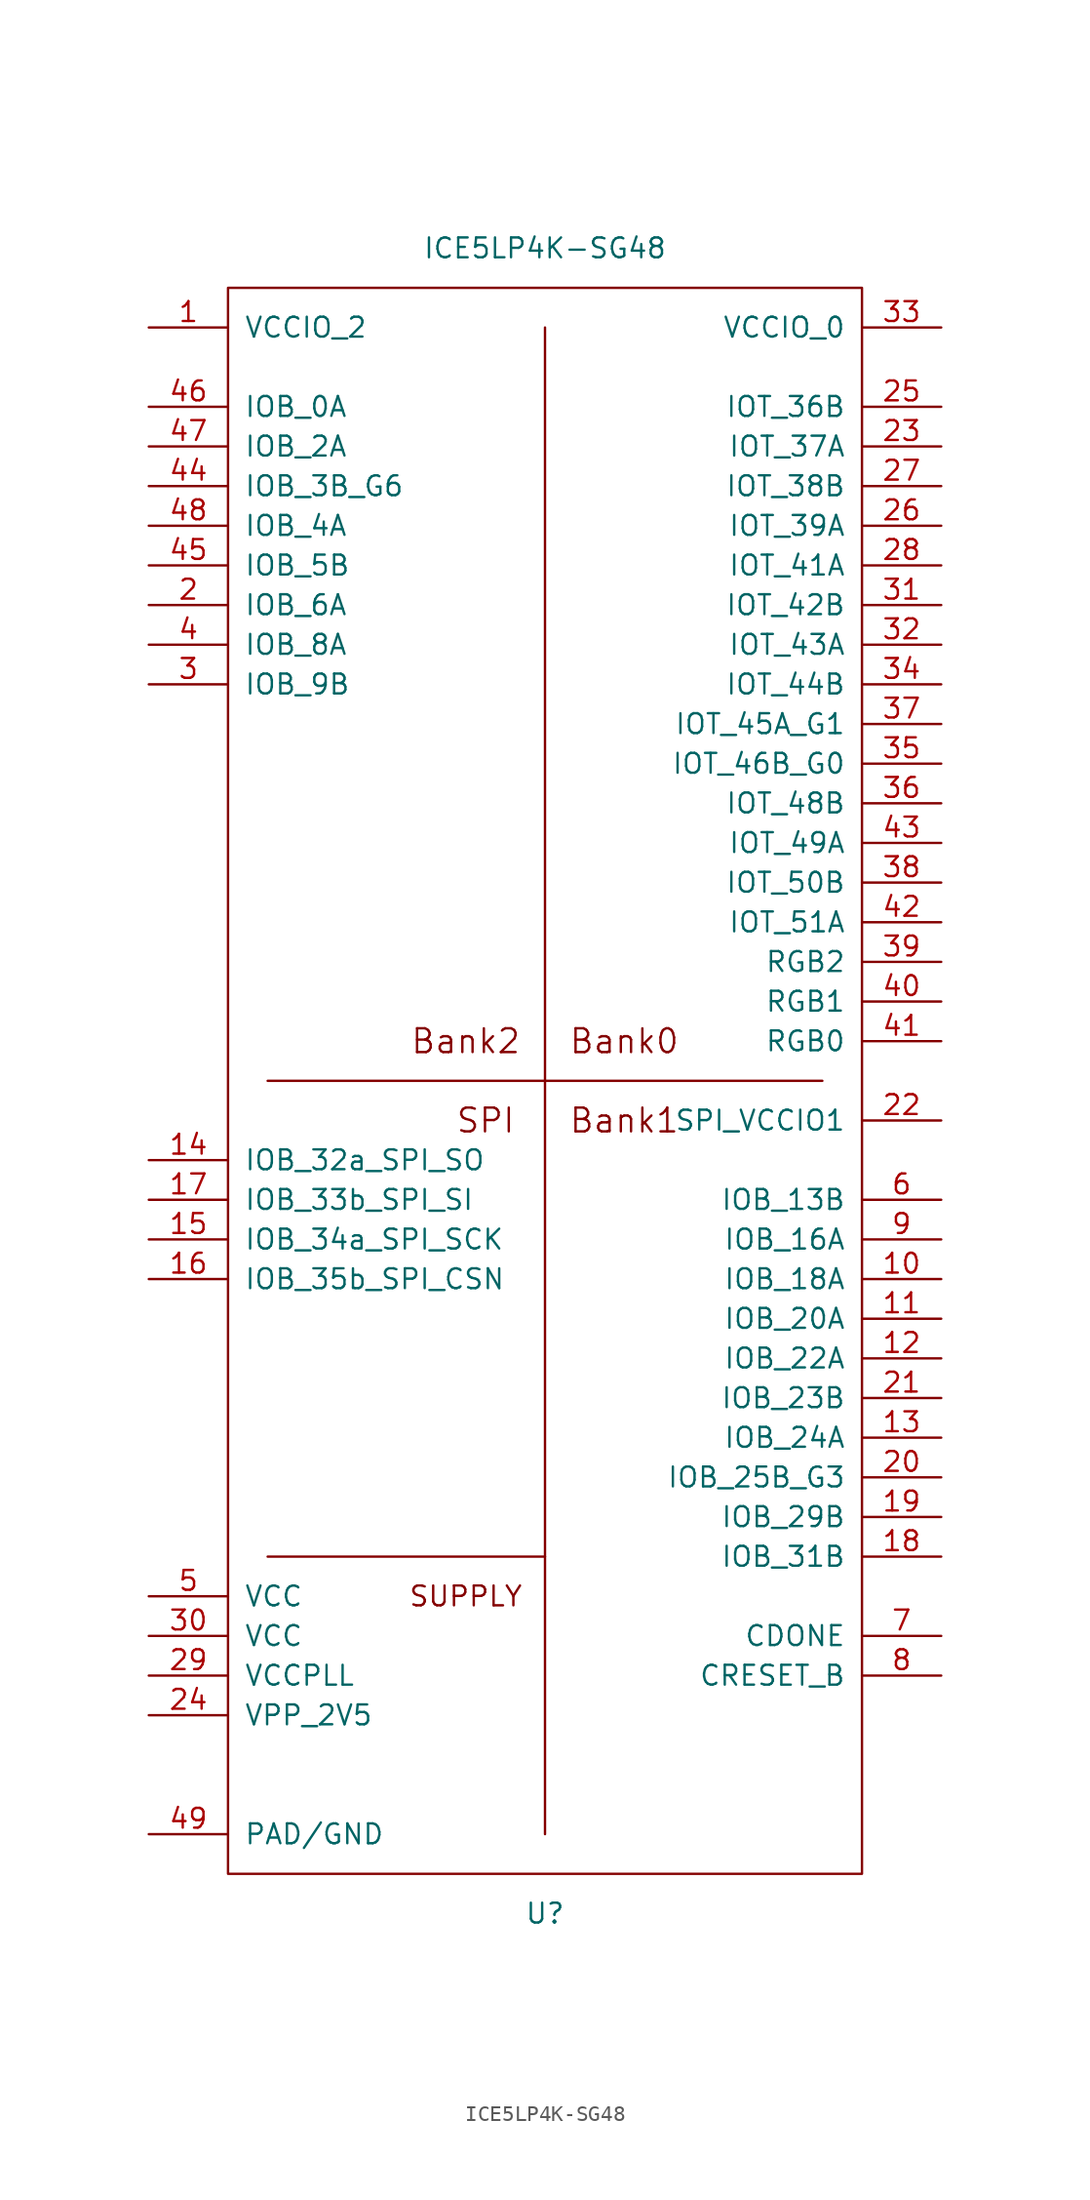
<source format=kicad_sym>
(kicad_symbol_lib
  (version 20201005)
  (generator kicad_symbol_editor)
  (symbol "pkl_lattice:ICE5LP4K-SG48"
    (pin_names
      (offset 1.016))
    (property "Reference" "U"
      (at 0 -53.34 0)
      (effects (font (size 1.27 1.27))))
    (property "Value" "ICE5LP4K-SG48"
      (at 0 53.34 0)
      (effects (font (size 1.27 1.27))))
    (symbol "ICE5LP4K-SG48_0_0"
      (text "SUPPLY" (at -5.08 -33.02 0) (effects (font (size 1.27 1.27)))))
    (symbol "ICE5LP4K-SG48_1_0"
      (text "Bank0" (at 5.08 2.54 0) (effects (font (size 1.524 1.524))))
      (text "Bank1" (at 5.08 -2.54 0) (effects (font (size 1.524 1.524))))
      (text "Bank2" (at -5.08 2.54 0) (effects (font (size 1.524 1.524))))
      (text "SPI" (at -3.81 -2.54 0) (effects (font (size 1.524 1.524)))))
    (symbol "ICE5LP4K-SG48_1_1"
      (rectangle (start -20.32 50.8) (end 20.32 -50.8) (stroke (width 0)) (fill (type none)))
      (polyline (pts (xy -17.78 -30.48) (xy 0 -30.48)) (stroke (width 0)) (fill (type none)))
      (polyline (pts (xy -17.78 0) (xy 17.78 0)) (stroke (width 0)) (fill (type none)))
      (polyline (pts (xy 0 48.26) (xy 0 -48.26)) (stroke (width 0)) (fill (type none)))
      (pin passive line (at -25.4 48.26 0) (length 5.08) (name "VCCIO_2" (effects (font (size 1.27 1.27)))) (number "1" (effects (font (size 1.27 1.27)))))
      (pin passive line (at 25.4 -12.7 180) (length 5.08) (name "IOB_18A" (effects (font (size 1.27 1.27)))) (number "10" (effects (font (size 1.27 1.27)))))
      (pin passive line (at 25.4 -15.24 180) (length 5.08) (name "IOB_20A" (effects (font (size 1.27 1.27)))) (number "11" (effects (font (size 1.27 1.27)))))
      (pin passive line (at 25.4 -17.78 180) (length 5.08) (name "IOB_22A" (effects (font (size 1.27 1.27)))) (number "12" (effects (font (size 1.27 1.27)))))
      (pin passive line (at 25.4 -22.86 180) (length 5.08) (name "IOB_24A" (effects (font (size 1.27 1.27)))) (number "13" (effects (font (size 1.27 1.27)))))
      (pin passive line (at -25.4 -5.08 0) (length 5.08) (name "IOB_32a_SPI_SO" (effects (font (size 1.27 1.27)))) (number "14" (effects (font (size 1.27 1.27)))))
      (pin passive line (at -25.4 -10.16 0) (length 5.08) (name "IOB_34a_SPI_SCK" (effects (font (size 1.27 1.27)))) (number "15" (effects (font (size 1.27 1.27)))))
      (pin passive line (at -25.4 -12.7 0) (length 5.08) (name "IOB_35b_SPI_CSN" (effects (font (size 1.27 1.27)))) (number "16" (effects (font (size 1.27 1.27)))))
      (pin passive line (at -25.4 -7.62 0) (length 5.08) (name "IOB_33b_SPI_SI" (effects (font (size 1.27 1.27)))) (number "17" (effects (font (size 1.27 1.27)))))
      (pin passive line (at 25.4 -30.48 180) (length 5.08) (name "IOB_31B" (effects (font (size 1.27 1.27)))) (number "18" (effects (font (size 1.27 1.27)))))
      (pin passive line (at 25.4 -27.94 180) (length 5.08) (name "IOB_29B" (effects (font (size 1.27 1.27)))) (number "19" (effects (font (size 1.27 1.27)))))
      (pin passive line (at -25.4 30.48 0) (length 5.08) (name "IOB_6A" (effects (font (size 1.27 1.27)))) (number "2" (effects (font (size 1.27 1.27)))))
      (pin passive line (at 25.4 -25.4 180) (length 5.08) (name "IOB_25B_G3" (effects (font (size 1.27 1.27)))) (number "20" (effects (font (size 1.27 1.27)))))
      (pin passive line (at 25.4 -20.32 180) (length 5.08) (name "IOB_23B" (effects (font (size 1.27 1.27)))) (number "21" (effects (font (size 1.27 1.27)))))
      (pin passive line (at 25.4 -2.54 180) (length 5.08) (name "SPI_VCCIO1" (effects (font (size 1.27 1.27)))) (number "22" (effects (font (size 1.27 1.27)))))
      (pin passive line (at 25.4 40.64 180) (length 5.08) (name "IOT_37A" (effects (font (size 1.27 1.27)))) (number "23" (effects (font (size 1.27 1.27)))))
      (pin passive line (at -25.4 -40.64 0) (length 5.08) (name "VPP_2V5" (effects (font (size 1.27 1.27)))) (number "24" (effects (font (size 1.27 1.27)))))
      (pin passive line (at 25.4 43.18 180) (length 5.08) (name "IOT_36B" (effects (font (size 1.27 1.27)))) (number "25" (effects (font (size 1.27 1.27)))))
      (pin passive line (at 25.4 35.56 180) (length 5.08) (name "IOT_39A" (effects (font (size 1.27 1.27)))) (number "26" (effects (font (size 1.27 1.27)))))
      (pin passive line (at 25.4 38.1 180) (length 5.08) (name "IOT_38B" (effects (font (size 1.27 1.27)))) (number "27" (effects (font (size 1.27 1.27)))))
      (pin passive line (at 25.4 33.02 180) (length 5.08) (name "IOT_41A" (effects (font (size 1.27 1.27)))) (number "28" (effects (font (size 1.27 1.27)))))
      (pin passive line (at -25.4 -38.1 0) (length 5.08) (name "VCCPLL" (effects (font (size 1.27 1.27)))) (number "29" (effects (font (size 1.27 1.27)))))
      (pin passive line (at -25.4 25.4 0) (length 5.08) (name "IOB_9B" (effects (font (size 1.27 1.27)))) (number "3" (effects (font (size 1.27 1.27)))))
      (pin passive line (at -25.4 -35.56 0) (length 5.08) (name "VCC" (effects (font (size 1.27 1.27)))) (number "30" (effects (font (size 1.27 1.27)))))
      (pin passive line (at 25.4 30.48 180) (length 5.08) (name "IOT_42B" (effects (font (size 1.27 1.27)))) (number "31" (effects (font (size 1.27 1.27)))))
      (pin passive line (at 25.4 27.94 180) (length 5.08) (name "IOT_43A" (effects (font (size 1.27 1.27)))) (number "32" (effects (font (size 1.27 1.27)))))
      (pin passive line (at 25.4 48.26 180) (length 5.08) (name "VCCIO_0" (effects (font (size 1.27 1.27)))) (number "33" (effects (font (size 1.27 1.27)))))
      (pin passive line (at 25.4 25.4 180) (length 5.08) (name "IOT_44B" (effects (font (size 1.27 1.27)))) (number "34" (effects (font (size 1.27 1.27)))))
      (pin passive line (at 25.4 20.32 180) (length 5.08) (name "IOT_46B_G0" (effects (font (size 1.27 1.27)))) (number "35" (effects (font (size 1.27 1.27)))))
      (pin passive line (at 25.4 17.78 180) (length 5.08) (name "IOT_48B" (effects (font (size 1.27 1.27)))) (number "36" (effects (font (size 1.27 1.27)))))
      (pin passive line (at 25.4 22.86 180) (length 5.08) (name "IOT_45A_G1" (effects (font (size 1.27 1.27)))) (number "37" (effects (font (size 1.27 1.27)))))
      (pin passive line (at 25.4 12.7 180) (length 5.08) (name "IOT_50B" (effects (font (size 1.27 1.27)))) (number "38" (effects (font (size 1.27 1.27)))))
      (pin passive line (at 25.4 7.62 180) (length 5.08) (name "RGB2" (effects (font (size 1.27 1.27)))) (number "39" (effects (font (size 1.27 1.27)))))
      (pin passive line (at -25.4 27.94 0) (length 5.08) (name "IOB_8A" (effects (font (size 1.27 1.27)))) (number "4" (effects (font (size 1.27 1.27)))))
      (pin passive line (at 25.4 5.08 180) (length 5.08) (name "RGB1" (effects (font (size 1.27 1.27)))) (number "40" (effects (font (size 1.27 1.27)))))
      (pin passive line (at 25.4 2.54 180) (length 5.08) (name "RGB0" (effects (font (size 1.27 1.27)))) (number "41" (effects (font (size 1.27 1.27)))))
      (pin passive line (at 25.4 10.16 180) (length 5.08) (name "IOT_51A" (effects (font (size 1.27 1.27)))) (number "42" (effects (font (size 1.27 1.27)))))
      (pin passive line (at 25.4 15.24 180) (length 5.08) (name "IOT_49A" (effects (font (size 1.27 1.27)))) (number "43" (effects (font (size 1.27 1.27)))))
      (pin passive line (at -25.4 38.1 0) (length 5.08) (name "IOB_3B_G6" (effects (font (size 1.27 1.27)))) (number "44" (effects (font (size 1.27 1.27)))))
      (pin passive line (at -25.4 33.02 0) (length 5.08) (name "IOB_5B" (effects (font (size 1.27 1.27)))) (number "45" (effects (font (size 1.27 1.27)))))
      (pin passive line (at -25.4 43.18 0) (length 5.08) (name "IOB_0A" (effects (font (size 1.27 1.27)))) (number "46" (effects (font (size 1.27 1.27)))))
      (pin passive line (at -25.4 40.64 0) (length 5.08) (name "IOB_2A" (effects (font (size 1.27 1.27)))) (number "47" (effects (font (size 1.27 1.27)))))
      (pin passive line (at -25.4 35.56 0) (length 5.08) (name "IOB_4A" (effects (font (size 1.27 1.27)))) (number "48" (effects (font (size 1.27 1.27)))))
      (pin passive line (at -25.4 -48.26 0) (length 5.08) (name "PAD/GND" (effects (font (size 1.27 1.27)))) (number "49" (effects (font (size 1.27 1.27)))))
      (pin passive line (at -25.4 -33.02 0) (length 5.08) (name "VCC" (effects (font (size 1.27 1.27)))) (number "5" (effects (font (size 1.27 1.27)))))
      (pin passive line (at 25.4 -7.62 180) (length 5.08) (name "IOB_13B" (effects (font (size 1.27 1.27)))) (number "6" (effects (font (size 1.27 1.27)))))
      (pin passive line (at 25.4 -35.56 180) (length 5.08) (name "CDONE" (effects (font (size 1.27 1.27)))) (number "7" (effects (font (size 1.27 1.27)))))
      (pin passive line (at 25.4 -38.1 180) (length 5.08) (name "CRESET_B" (effects (font (size 1.27 1.27)))) (number "8" (effects (font (size 1.27 1.27)))))
      (pin passive line (at 25.4 -10.16 180) (length 5.08) (name "IOB_16A" (effects (font (size 1.27 1.27)))) (number "9" (effects (font (size 1.27 1.27))))))))
</source>
